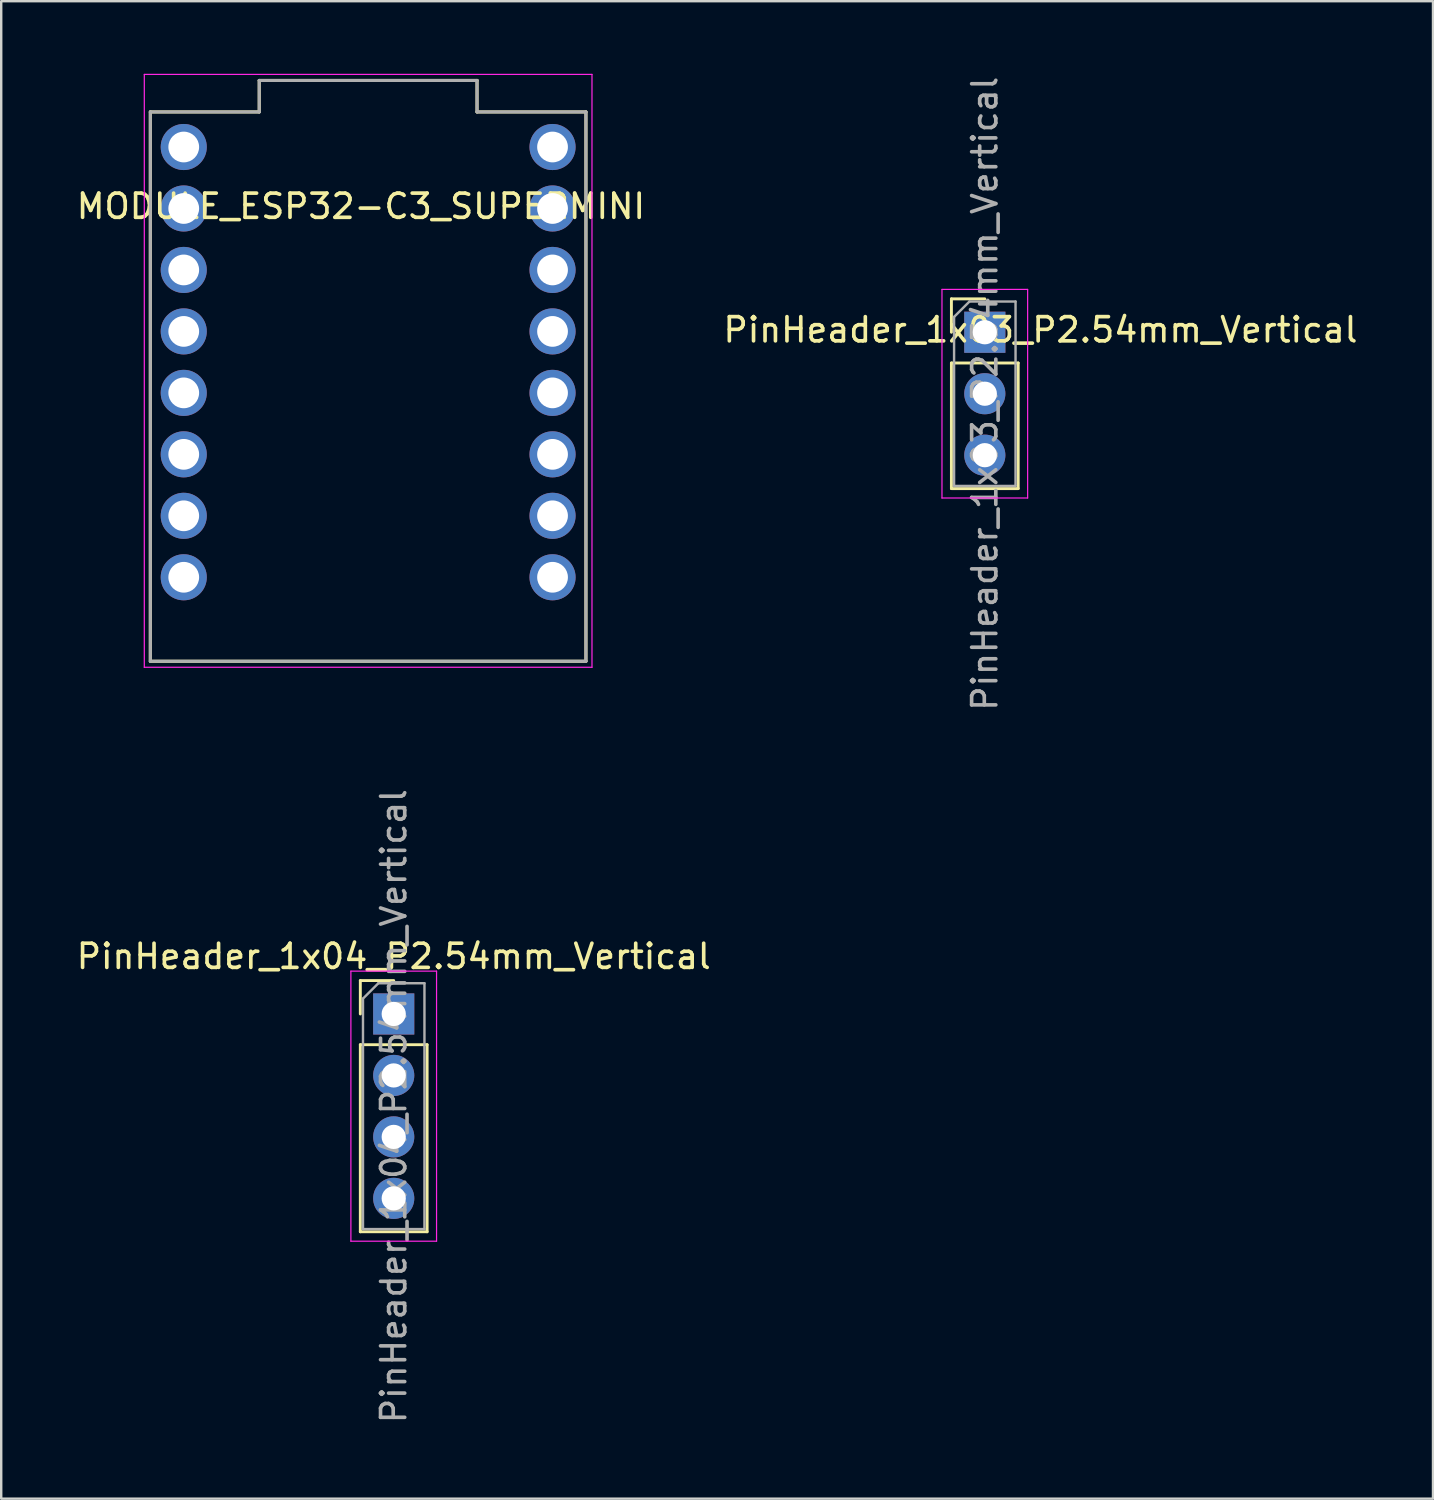
<source format=kicad_pcb>
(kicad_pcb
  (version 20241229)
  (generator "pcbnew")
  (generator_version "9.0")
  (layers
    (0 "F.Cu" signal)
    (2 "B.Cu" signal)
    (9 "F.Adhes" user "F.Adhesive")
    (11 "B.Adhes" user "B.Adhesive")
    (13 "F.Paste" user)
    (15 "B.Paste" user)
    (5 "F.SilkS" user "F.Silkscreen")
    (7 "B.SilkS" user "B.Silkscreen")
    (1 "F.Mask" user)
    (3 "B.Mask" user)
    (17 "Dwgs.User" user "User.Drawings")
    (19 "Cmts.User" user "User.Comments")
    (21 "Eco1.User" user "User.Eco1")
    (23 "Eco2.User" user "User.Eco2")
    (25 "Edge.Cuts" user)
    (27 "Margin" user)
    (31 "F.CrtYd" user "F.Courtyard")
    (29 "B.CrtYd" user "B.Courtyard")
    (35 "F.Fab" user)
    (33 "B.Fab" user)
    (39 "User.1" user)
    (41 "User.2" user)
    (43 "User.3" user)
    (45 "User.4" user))
  (footprint "PinHeader_1x04_P2.54mm_Vertical"
    (layer "F.Cu")
    (at 13.22 38.851)
    (property "Reference" "PinHeader_1x04_P2.54mm_Vertical" (at 0 -2.38 0) (layer "F.SilkS") (effects (font (size 1 1) (thickness 0.15))))
    (attr through_hole)
    (fp_line (start -1.38 -1.38) (end 0 -1.38) (stroke (width 0.12) (type solid)) (layer "F.SilkS"))
    (fp_line (start -1.38 0) (end -1.38 -1.38) (stroke (width 0.12) (type solid)) (layer "F.SilkS"))
    (fp_line (start -1.38 1.27) (end -1.38 9) (stroke (width 0.12) (type solid)) (layer "F.SilkS"))
    (fp_line (start -1.38 1.27) (end 1.38 1.27) (stroke (width 0.12) (type solid)) (layer "F.SilkS"))
    (fp_line (start -1.38 9) (end 1.38 9) (stroke (width 0.12) (type solid)) (layer "F.SilkS"))
    (fp_line (start 1.38 1.27) (end 1.38 9) (stroke (width 0.12) (type solid)) (layer "F.SilkS"))
    (fp_line (start -1.77 -1.77) (end -1.77 9.39) (stroke (width 0.05) (type solid)) (layer "F.CrtYd"))
    (fp_line (start -1.77 9.39) (end 1.77 9.39) (stroke (width 0.05) (type solid)) (layer "F.CrtYd"))
    (fp_line (start 1.77 -1.77) (end -1.77 -1.77) (stroke (width 0.05) (type solid)) (layer "F.CrtYd"))
    (fp_line (start 1.77 9.39) (end 1.77 -1.77) (stroke (width 0.05) (type solid)) (layer "F.CrtYd"))
    (fp_line (start -1.27 -0.635) (end -0.635 -1.27) (stroke (width 0.1) (type solid)) (layer "F.Fab"))
    (fp_line (start -1.27 8.89) (end -1.27 -0.635) (stroke (width 0.1) (type solid)) (layer "F.Fab"))
    (fp_line (start -0.635 -1.27) (end 1.27 -1.27) (stroke (width 0.1) (type solid)) (layer "F.Fab"))
    (fp_line (start 1.27 -1.27) (end 1.27 8.89) (stroke (width 0.1) (type solid)) (layer "F.Fab"))
    (fp_line (start 1.27 8.89) (end -1.27 8.89) (stroke (width 0.1) (type solid)) (layer "F.Fab"))
    (fp_text user "${REFERENCE}" (at 0 3.81 90) (layer "F.Fab") (effects (font (size 1 1) (thickness 0.15))))
    (pad "1" thru_hole rect (at 0 0) (size 1.7 1.7) (drill 1) (layers "*.Cu" "*.Mask"))
    (pad "2" thru_hole circle (at 0 2.54) (size 1.7 1.7) (drill 1) (layers "*.Cu" "*.Mask"))
    (pad "3" thru_hole circle (at 0 5.08) (size 1.7 1.7) (drill 1) (layers "*.Cu" "*.Mask"))
    (pad "4" thru_hole circle (at 0 7.62) (size 1.7 1.7) (drill 1) (layers "*.Cu" "*.Mask")))
  (footprint "MODULE_ESP32-C3_SUPERMINI"
    (layer "F.Cu")
    (at 12.163 12.925)
    (property "Reference" "MODULE_ESP32-C3_SUPERMINI" (at -0.3 -7.45 0) (layer "F.SilkS") (effects (font (size 1 1) (thickness 0.15))))
    (attr through_hole)
    (fp_line (start -9 11.35) (end -9 -11.35) (stroke (width 0.127) (type solid)) (layer "F.SilkS"))
    (fp_line (start -4.5 -12.65) (end -4.5 -11.35) (stroke (width 0.127) (type solid)) (layer "F.SilkS"))
    (fp_line (start -4.5 -11.35) (end -9 -11.35) (stroke (width 0.127) (type solid)) (layer "F.SilkS"))
    (fp_line (start 4.5 -12.65) (end -4.5 -12.65) (stroke (width 0.127) (type solid)) (layer "F.SilkS"))
    (fp_line (start 4.5 -12.65) (end 4.5 -11.35) (stroke (width 0.127) (type solid)) (layer "F.SilkS"))
    (fp_line (start 9 -11.35) (end 4.5 -11.35) (stroke (width 0.127) (type solid)) (layer "F.SilkS"))
    (fp_line (start 9 11.35) (end -9 11.35) (stroke (width 0.127) (type solid)) (layer "F.SilkS"))
    (fp_line (start 9 11.35) (end 9 -11.35) (stroke (width 0.127) (type solid)) (layer "F.SilkS"))
    (fp_line (start -9.25 -12.9) (end 9.25 -12.9) (stroke (width 0.05) (type solid)) (layer "F.CrtYd"))
    (fp_line (start -9.25 11.6) (end -9.25 -12.9) (stroke (width 0.05) (type solid)) (layer "F.CrtYd"))
    (fp_line (start 9.25 -12.9) (end 9.25 11.6) (stroke (width 0.05) (type solid)) (layer "F.CrtYd"))
    (fp_line (start 9.25 11.6) (end -9.25 11.6) (stroke (width 0.05) (type solid)) (layer "F.CrtYd"))
    (fp_line (start -9 11.35) (end -9 -11.35) (stroke (width 0.127) (type solid)) (layer "F.Fab"))
    (fp_line (start -4.5 -12.65) (end -4.5 -11.35) (stroke (width 0.127) (type solid)) (layer "F.Fab"))
    (fp_line (start -4.5 -11.35) (end -9 -11.35) (stroke (width 0.127) (type solid)) (layer "F.Fab"))
    (fp_line (start 4.5 -12.65) (end -4.5 -12.65) (stroke (width 0.127) (type solid)) (layer "F.Fab"))
    (fp_line (start 4.5 -12.65) (end 4.5 -11.35) (stroke (width 0.127) (type solid)) (layer "F.Fab"))
    (fp_line (start 9 -11.35) (end 4.5 -11.35) (stroke (width 0.127) (type solid)) (layer "F.Fab"))
    (fp_line (start 9 11.35) (end -9 11.35) (stroke (width 0.127) (type solid)) (layer "F.Fab"))
    (fp_line (start 9 11.35) (end 9 -11.35) (stroke (width 0.127) (type solid)) (layer "F.Fab"))
    (pad "0" thru_hole circle (at 7.62 7.88) (size 1.905 1.905) (drill 1.27) (layers "*.Cu" "*.Mask"))
    (pad "1" thru_hole circle (at 7.62 5.34) (size 1.905 1.905) (drill 1.27) (layers "*.Cu" "*.Mask"))
    (pad "2" thru_hole circle (at 7.62 2.8) (size 1.905 1.905) (drill 1.27) (layers "*.Cu" "*.Mask"))
    (pad "3" thru_hole circle (at 7.62 0.26) (size 1.905 1.905) (drill 1.27) (layers "*.Cu" "*.Mask"))
    (pad "3.3" thru_hole circle (at 7.62 -4.82) (size 1.905 1.905) (drill 1.27) (layers "*.Cu" "*.Mask"))
    (pad "4" thru_hole circle (at 7.62 -2.28) (size 1.905 1.905) (drill 1.27) (layers "*.Cu" "*.Mask"))
    (pad "5" thru_hole circle (at -7.62 -9.9) (size 1.905 1.905) (drill 1.27) (layers "*.Cu" "*.Mask"))
    (pad "5V" thru_hole circle (at 7.62 -9.9) (size 1.905 1.905) (drill 1.27) (layers "*.Cu" "*.Mask"))
    (pad "6" thru_hole circle (at -7.62 -7.36) (size 1.905 1.905) (drill 1.27) (layers "*.Cu" "*.Mask"))
    (pad "7" thru_hole circle (at -7.62 -4.82) (size 1.905 1.905) (drill 1.27) (layers "*.Cu" "*.Mask"))
    (pad "8" thru_hole circle (at -7.62 -2.28) (size 1.905 1.905) (drill 1.27) (layers "*.Cu" "*.Mask"))
    (pad "9" thru_hole circle (at -7.62 0.26) (size 1.905 1.905) (drill 1.27) (layers "*.Cu" "*.Mask"))
    (pad "10" thru_hole circle (at -7.62 2.8) (size 1.905 1.905) (drill 1.27) (layers "*.Cu" "*.Mask"))
    (pad "20" thru_hole circle (at -7.62 5.34) (size 1.905 1.905) (drill 1.27) (layers "*.Cu" "*.Mask"))
    (pad "21" thru_hole circle (at -7.62 7.88) (size 1.905 1.905) (drill 1.27) (layers "*.Cu" "*.Mask"))
    (pad "G" thru_hole circle (at 7.62 -7.36) (size 1.905 1.905) (drill 1.27) (layers "*.Cu" "*.Mask")))
  (footprint "PinHeader_1x03_P2.54mm_Vertical"
    (layer "F.Cu")
    (at 37.646 10.68)
    (property "Reference" "PinHeader_1x03_P2.54mm_Vertical" (at 2.3 -0.1 0) (layer "F.SilkS") (effects (font (size 1 1) (thickness 0.15))))
    (attr through_hole)
    (fp_line (start -1.38 -1.38) (end 0 -1.38) (stroke (width 0.12) (type solid)) (layer "F.SilkS"))
    (fp_line (start -1.38 0) (end -1.38 -1.38) (stroke (width 0.12) (type solid)) (layer "F.SilkS"))
    (fp_line (start -1.38 1.27) (end -1.38 6.46) (stroke (width 0.12) (type solid)) (layer "F.SilkS"))
    (fp_line (start -1.38 1.27) (end 1.38 1.27) (stroke (width 0.12) (type solid)) (layer "F.SilkS"))
    (fp_line (start -1.38 6.46) (end 1.38 6.46) (stroke (width 0.12) (type solid)) (layer "F.SilkS"))
    (fp_line (start 1.38 1.27) (end 1.38 6.46) (stroke (width 0.12) (type solid)) (layer "F.SilkS"))
    (fp_line (start -1.77 -1.77) (end -1.77 6.85) (stroke (width 0.05) (type solid)) (layer "F.CrtYd"))
    (fp_line (start -1.77 6.85) (end 1.77 6.85) (stroke (width 0.05) (type solid)) (layer "F.CrtYd"))
    (fp_line (start 1.77 -1.77) (end -1.77 -1.77) (stroke (width 0.05) (type solid)) (layer "F.CrtYd"))
    (fp_line (start 1.77 6.85) (end 1.77 -1.77) (stroke (width 0.05) (type solid)) (layer "F.CrtYd"))
    (fp_line (start -1.27 -0.635) (end -0.635 -1.27) (stroke (width 0.1) (type solid)) (layer "F.Fab"))
    (fp_line (start -1.27 6.35) (end -1.27 -0.635) (stroke (width 0.1) (type solid)) (layer "F.Fab"))
    (fp_line (start -0.635 -1.27) (end 1.27 -1.27) (stroke (width 0.1) (type solid)) (layer "F.Fab"))
    (fp_line (start 1.27 -1.27) (end 1.27 6.35) (stroke (width 0.1) (type solid)) (layer "F.Fab"))
    (fp_line (start 1.27 6.35) (end -1.27 6.35) (stroke (width 0.1) (type solid)) (layer "F.Fab"))
    (fp_text user "${REFERENCE}" (at 0 2.54 90) (layer "F.Fab") (effects (font (size 1 1) (thickness 0.15))))
    (pad "1" thru_hole rect (at 0 0) (size 1.7 1.7) (drill 1) (layers "*.Cu" "*.Mask"))
    (pad "2" thru_hole circle (at 0 2.54) (size 1.7 1.7) (drill 1) (layers "*.Cu" "*.Mask"))
    (pad "3" thru_hole circle (at 0 5.08) (size 1.7 1.7) (drill 1) (layers "*.Cu" "*.Mask")))
  (gr_rect
    (start -3 -3)
    (end 56.167 58.881)
    (stroke (width 0.1) (type default))
    (fill no)
    (layer "Edge.Cuts")))
</source>
